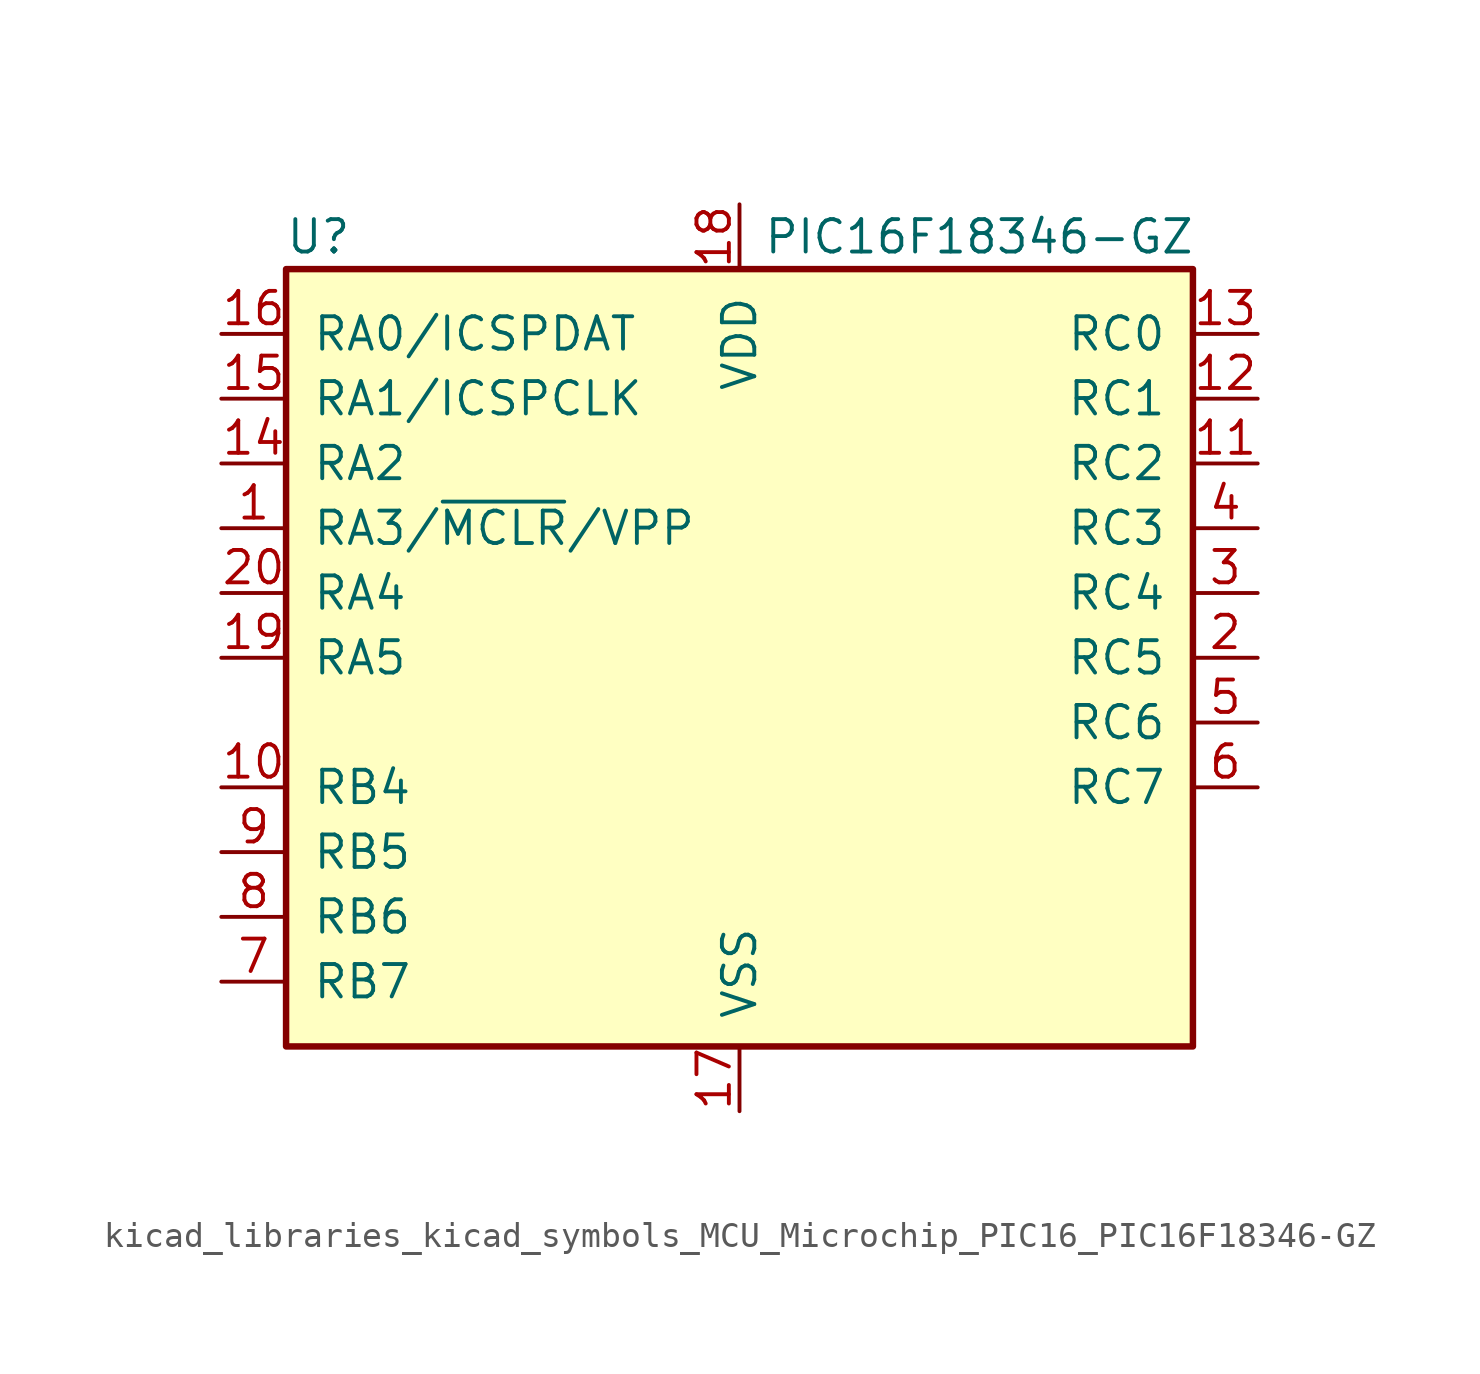
<source format=kicad_sym>
(kicad_symbol_lib
  (version 20220914)
  (generator kicad_symbol_editor)
  (symbol "kicad_libraries_kicad_symbols_MCU_Microchip_PIC16_PIC16F18346-GZ"
    (pin_names
      (offset 1.016))
    (property "Reference" "U"
      (at -16.51 16.51 0)
      (effects (font (size 1.27 1.27))))
    (property "Value" "PIC16F18346-GZ"
      (at 9.398 16.51 0)
      (effects (font (size 1.27 1.27))))
    (symbol "kicad_libraries_kicad_symbols_MCU_Microchip_PIC16_PIC16F18346-GZ_0_1"
      (rectangle (start -17.78 15.24) (end 17.78 -15.24) (stroke (width 0.254) (type default)) (fill (type background))))
    (symbol "kicad_libraries_kicad_symbols_MCU_Microchip_PIC16_PIC16F18346-GZ_1_1"
      (pin bidirectional line (at -20.32 5.08 0) (length 2.54) (name "RA3/~{MCLR}/VPP" (effects (font (size 1.27 1.27)))) (number "1" (effects (font (size 1.27 1.27)))))
      (pin bidirectional line (at -20.32 -5.08 0) (length 2.54) (name "RB4" (effects (font (size 1.27 1.27)))) (number "10" (effects (font (size 1.27 1.27)))))
      (pin bidirectional line (at 20.32 7.62 180) (length 2.54) (name "RC2" (effects (font (size 1.27 1.27)))) (number "11" (effects (font (size 1.27 1.27)))))
      (pin bidirectional line (at 20.32 10.16 180) (length 2.54) (name "RC1" (effects (font (size 1.27 1.27)))) (number "12" (effects (font (size 1.27 1.27)))))
      (pin bidirectional line (at 20.32 12.7 180) (length 2.54) (name "RC0" (effects (font (size 1.27 1.27)))) (number "13" (effects (font (size 1.27 1.27)))))
      (pin bidirectional line (at -20.32 7.62 0) (length 2.54) (name "RA2" (effects (font (size 1.27 1.27)))) (number "14" (effects (font (size 1.27 1.27)))))
      (pin bidirectional line (at -20.32 10.16 0) (length 2.54) (name "RA1/ICSPCLK" (effects (font (size 1.27 1.27)))) (number "15" (effects (font (size 1.27 1.27)))))
      (pin bidirectional line (at -20.32 12.7 0) (length 2.54) (name "RA0/ICSPDAT" (effects (font (size 1.27 1.27)))) (number "16" (effects (font (size 1.27 1.27)))))
      (pin power_in line (at 0 -17.78 90) (length 2.54) (name "VSS" (effects (font (size 1.27 1.27)))) (number "17" (effects (font (size 1.27 1.27)))))
      (pin power_in line (at 0 17.78 270) (length 2.54) (name "VDD" (effects (font (size 1.27 1.27)))) (number "18" (effects (font (size 1.27 1.27)))))
      (pin bidirectional line (at -20.32 0 0) (length 2.54) (name "RA5" (effects (font (size 1.27 1.27)))) (number "19" (effects (font (size 1.27 1.27)))))
      (pin bidirectional line (at 20.32 0 180) (length 2.54) (name "RC5" (effects (font (size 1.27 1.27)))) (number "2" (effects (font (size 1.27 1.27)))))
      (pin bidirectional line (at -20.32 2.54 0) (length 2.54) (name "RA4" (effects (font (size 1.27 1.27)))) (number "20" (effects (font (size 1.27 1.27)))))
      (pin bidirectional line (at 20.32 2.54 180) (length 2.54) (name "RC4" (effects (font (size 1.27 1.27)))) (number "3" (effects (font (size 1.27 1.27)))))
      (pin bidirectional line (at 20.32 5.08 180) (length 2.54) (name "RC3" (effects (font (size 1.27 1.27)))) (number "4" (effects (font (size 1.27 1.27)))))
      (pin bidirectional line (at 20.32 -2.54 180) (length 2.54) (name "RC6" (effects (font (size 1.27 1.27)))) (number "5" (effects (font (size 1.27 1.27)))))
      (pin bidirectional line (at 20.32 -5.08 180) (length 2.54) (name "RC7" (effects (font (size 1.27 1.27)))) (number "6" (effects (font (size 1.27 1.27)))))
      (pin bidirectional line (at -20.32 -12.7 0) (length 2.54) (name "RB7" (effects (font (size 1.27 1.27)))) (number "7" (effects (font (size 1.27 1.27)))))
      (pin bidirectional line (at -20.32 -10.16 0) (length 2.54) (name "RB6" (effects (font (size 1.27 1.27)))) (number "8" (effects (font (size 1.27 1.27)))))
      (pin bidirectional line (at -20.32 -7.62 0) (length 2.54) (name "RB5" (effects (font (size 1.27 1.27)))) (number "9" (effects (font (size 1.27 1.27))))))))
</source>
